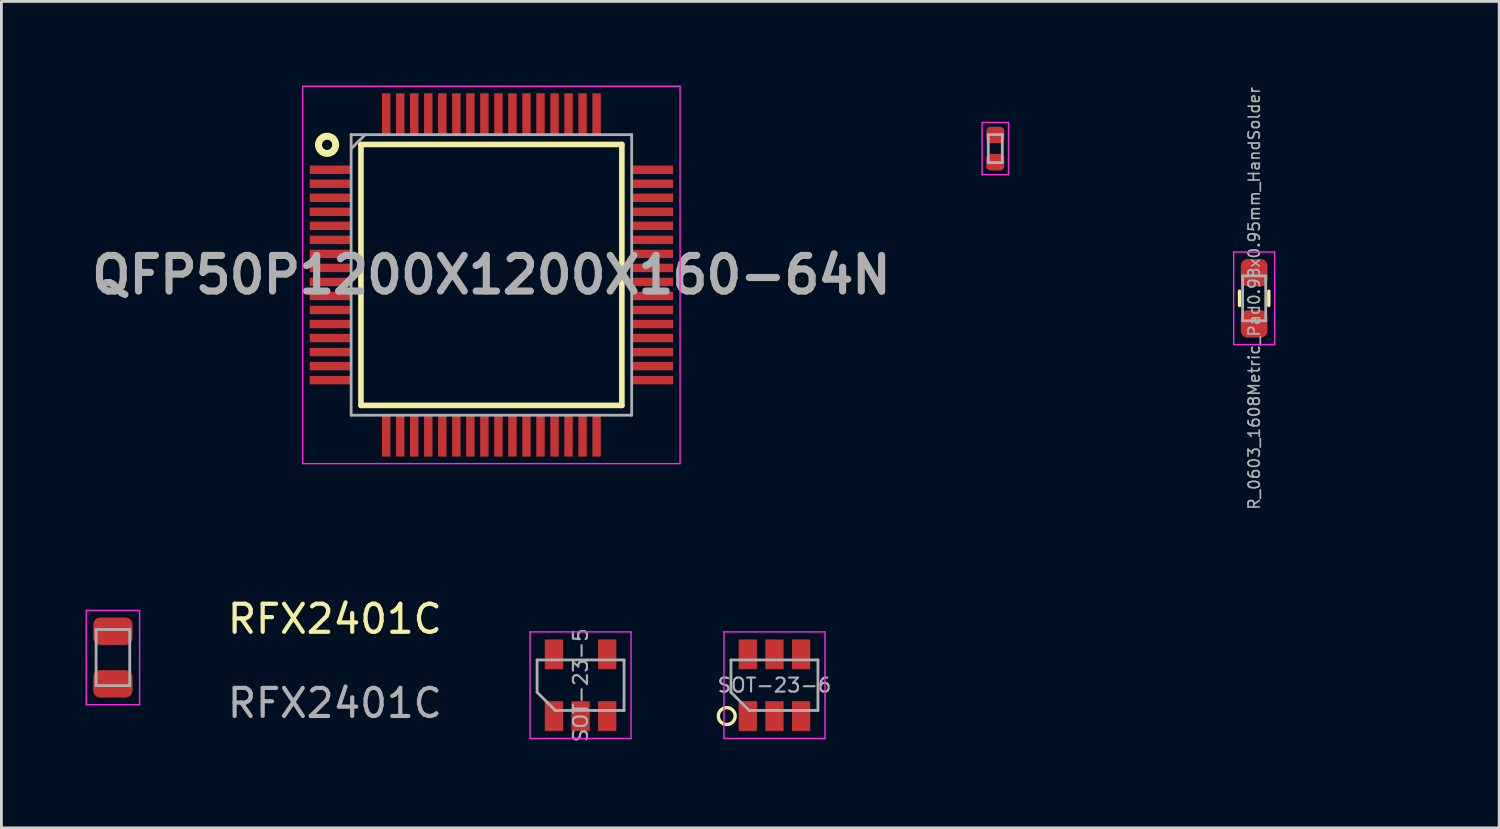
<source format=kicad_pcb>
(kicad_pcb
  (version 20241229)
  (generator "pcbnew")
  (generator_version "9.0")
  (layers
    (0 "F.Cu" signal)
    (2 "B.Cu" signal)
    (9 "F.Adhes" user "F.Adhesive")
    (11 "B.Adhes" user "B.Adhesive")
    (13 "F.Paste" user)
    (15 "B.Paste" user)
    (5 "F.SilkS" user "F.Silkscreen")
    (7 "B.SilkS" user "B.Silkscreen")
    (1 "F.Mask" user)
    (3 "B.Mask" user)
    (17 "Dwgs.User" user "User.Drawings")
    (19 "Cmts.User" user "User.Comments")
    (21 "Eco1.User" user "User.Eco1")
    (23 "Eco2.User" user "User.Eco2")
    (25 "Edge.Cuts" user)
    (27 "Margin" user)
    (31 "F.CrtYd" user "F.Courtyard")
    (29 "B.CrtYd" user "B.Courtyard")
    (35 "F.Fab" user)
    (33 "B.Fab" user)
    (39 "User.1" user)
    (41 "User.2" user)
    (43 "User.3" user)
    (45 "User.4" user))
  (footprint "SOT-23-5"
    (layer "F.Cu")
    (at 17.644 21.374)
    (property "Reference" "SOT-23-5" (at 0 -2.9 180) (layer "Eco2.User") (effects (font (size 0.3 0.3) (thickness 0.075))))
    (attr smd)
    (fp_line (start -1.8 -1.9) (end 1.8 -1.9) (stroke (width 0.05) (type solid)) (layer "F.CrtYd"))
    (fp_line (start -1.8 1.9) (end -1.8 -1.9) (stroke (width 0.05) (type solid)) (layer "F.CrtYd"))
    (fp_line (start 1.8 -1.9) (end 1.8 1.9) (stroke (width 0.05) (type solid)) (layer "F.CrtYd"))
    (fp_line (start 1.8 1.9) (end -1.8 1.9) (stroke (width 0.05) (type solid)) (layer "F.CrtYd"))
    (fp_line (start -1.55 -0.9) (end -1.55 0.25) (stroke (width 0.1) (type solid)) (layer "F.Fab"))
    (fp_line (start -1.55 -0.9) (end 1.55 -0.9) (stroke (width 0.1) (type solid)) (layer "F.Fab"))
    (fp_line (start -0.9 0.9) (end -1.55 0.25) (stroke (width 0.1) (type solid)) (layer "F.Fab"))
    (fp_line (start -0.9 0.9) (end 1.55 0.9) (stroke (width 0.1) (type solid)) (layer "F.Fab"))
    (fp_line (start 1.55 -0.9) (end 1.55 0.9) (stroke (width 0.1) (type solid)) (layer "F.Fab"))
    (fp_text user "${REFERENCE}" (at 0 0 90) (layer "F.Fab") (effects (font (size 0.5 0.5) (thickness 0.075))))
    (pad "1" smd rect (at -0.95 1.1 90) (size 1.06 0.65) (layers "F.Cu" "F.Mask" "F.Paste"))
    (pad "2" smd rect (at 0 1.1 90) (size 1.06 0.65) (layers "F.Cu" "F.Mask" "F.Paste"))
    (pad "3" smd rect (at 0.95 1.1 90) (size 1.06 0.65) (layers "F.Cu" "F.Mask" "F.Paste"))
    (pad "4" smd rect (at 0.95 -1.1 90) (size 1.06 0.65) (layers "F.Cu" "F.Mask" "F.Paste"))
    (pad "5" smd rect (at -0.95 -1.1 90) (size 1.06 0.65) (layers "F.Cu" "F.Mask" "F.Paste")))
  (footprint "R_0805_2012Metric"
    (layer "F.Cu")
    (at 0.975 20.388)
    (property "Reference" "R_0805_2012Metric" (at 0.099 0.061 90) (layer "Eco2.User") (effects (font (size 0.3 0.3) (thickness 0.075))))
    (attr smd)
    (fp_line (start -0.95 -1.68) (end 0.95 -1.68) (stroke (width 0.05) (type solid)) (layer "F.CrtYd"))
    (fp_line (start -0.95 1.68) (end -0.95 -1.68) (stroke (width 0.05) (type solid)) (layer "F.CrtYd"))
    (fp_line (start 0.95 -1.68) (end 0.95 1.68) (stroke (width 0.05) (type solid)) (layer "F.CrtYd"))
    (fp_line (start 0.95 1.68) (end -0.95 1.68) (stroke (width 0.05) (type solid)) (layer "F.CrtYd"))
    (fp_line (start -0.6 -1) (end 0.6 -1) (stroke (width 0.1) (type solid)) (layer "F.Fab"))
    (fp_line (start -0.6 1) (end -0.6 -1) (stroke (width 0.1) (type solid)) (layer "F.Fab"))
    (fp_line (start 0.6 -1) (end 0.6 1) (stroke (width 0.1) (type solid)) (layer "F.Fab"))
    (fp_line (start 0.6 1) (end -0.6 1) (stroke (width 0.1) (type solid)) (layer "F.Fab"))
    (pad "1" smd roundrect (at 0 -0.938 270) (size 0.975 1.4) (layers "F.Cu" "F.Mask" "F.Paste") (roundrect_rratio 0.25))
    (pad "2" smd roundrect (at 0 0.938 270) (size 0.975 1.4) (layers "F.Cu" "F.Mask" "F.Paste") (roundrect_rratio 0.25)))
  (footprint "RFX2401C"
    (layer "F.Cu")
    (at 8.885 19.515)
    (property "Reference" "RFX2401C" (at 0 -0.5 0) (unlocked yes) (layer "F.SilkS") (effects (font (size 1 1) (thickness 0.15))))
    (attr smd)
    (fp_text user "${REFERENCE}" (at 0 2.5 0) (unlocked yes) (layer "F.Fab") (effects (font (size 1 1) (thickness 0.15)))))
  (footprint "R_0402_1005Metric"
    (layer "F.Cu")
    (at 32.427 2.247)
    (property "Reference" "R_0402_1005Metric" (at 0.051 0.036 90) (layer "Eco2.User") (effects (font (size 0.3 0.3) (thickness 0.075))))
    (attr smd)
    (fp_line (start -0.47 -0.93) (end 0.47 -0.93) (stroke (width 0.05) (type solid)) (layer "F.CrtYd"))
    (fp_line (start -0.47 0.93) (end -0.47 -0.93) (stroke (width 0.05) (type solid)) (layer "F.CrtYd"))
    (fp_line (start 0.47 -0.93) (end 0.47 0.93) (stroke (width 0.05) (type solid)) (layer "F.CrtYd"))
    (fp_line (start 0.47 0.93) (end -0.47 0.93) (stroke (width 0.05) (type solid)) (layer "F.CrtYd"))
    (fp_line (start -0.25 -0.5) (end 0.25 -0.5) (stroke (width 0.1) (type solid)) (layer "F.Fab"))
    (fp_line (start -0.25 0.5) (end -0.25 -0.5) (stroke (width 0.1) (type solid)) (layer "F.Fab"))
    (fp_line (start 0.25 -0.5) (end 0.25 0.5) (stroke (width 0.1) (type solid)) (layer "F.Fab"))
    (fp_line (start 0.25 0.5) (end -0.25 0.5) (stroke (width 0.1) (type solid)) (layer "F.Fab"))
    (pad "1" smd roundrect (at 0 -0.485 270) (size 0.59 0.64) (layers "F.Cu" "F.Mask" "F.Paste") (roundrect_rratio 0.25))
    (pad "2" smd roundrect (at 0 0.485 270) (size 0.59 0.64) (layers "F.Cu" "F.Mask" "F.Paste") (roundrect_rratio 0.25)))
  (footprint "SOT-23-6"
    (layer "F.Cu")
    (at 24.555 21.374)
    (property "Reference" "SOT-23-6" (at 0 -2.9 0) (layer "Eco2.User") (effects (font (size 0.3 0.3) (thickness 0.075))))
    (attr smd)
    (fp_circle (center -1.7 1.1) (end -1.4 1.1) (stroke (width 0.12) (type solid)) (fill no) (layer "F.SilkS"))
    (fp_line (start -1.8 -1.9) (end -1.8 1.9) (stroke (width 0.05) (type solid)) (layer "F.CrtYd"))
    (fp_line (start -1.8 1.9) (end 1.8 1.9) (stroke (width 0.05) (type solid)) (layer "F.CrtYd"))
    (fp_line (start 1.8 -1.9) (end -1.8 -1.9) (stroke (width 0.05) (type solid)) (layer "F.CrtYd"))
    (fp_line (start 1.8 1.9) (end 1.8 -1.9) (stroke (width 0.05) (type solid)) (layer "F.CrtYd"))
    (fp_line (start -1.55 -0.9) (end -1.55 0.25) (stroke (width 0.1) (type solid)) (layer "F.Fab"))
    (fp_line (start -1.55 -0.9) (end 1.55 -0.9) (stroke (width 0.1) (type solid)) (layer "F.Fab"))
    (fp_line (start -0.9 0.9) (end -1.55 0.25) (stroke (width 0.1) (type solid)) (layer "F.Fab"))
    (fp_line (start -0.9 0.9) (end 1.55 0.9) (stroke (width 0.1) (type solid)) (layer "F.Fab"))
    (fp_line (start 1.55 -0.9) (end 1.55 0.9) (stroke (width 0.1) (type solid)) (layer "F.Fab"))
    (fp_text user "${REFERENCE}" (at 0 0 180) (layer "F.Fab") (effects (font (size 0.5 0.5) (thickness 0.075))))
    (pad "1" smd rect (at -0.95 1.1 90) (size 1.06 0.65) (layers "F.Cu" "F.Mask" "F.Paste"))
    (pad "2" smd rect (at 0 1.1 90) (size 1.06 0.65) (layers "F.Cu" "F.Mask" "F.Paste"))
    (pad "3" smd rect (at 0.95 1.1 90) (size 1.06 0.65) (layers "F.Cu" "F.Mask" "F.Paste"))
    (pad "4" smd rect (at 0.95 -1.1 90) (size 1.06 0.65) (layers "F.Cu" "F.Mask" "F.Paste"))
    (pad "5" smd rect (at 0 -1.1 90) (size 1.06 0.65) (layers "F.Cu" "F.Mask" "F.Paste"))
    (pad "6" smd rect (at -0.95 -1.1 90) (size 1.06 0.65) (layers "F.Cu" "F.Mask" "F.Paste")))
  (footprint "QFP50P1200X1200X160-64N"
    (layer "F.Cu")
    (at 14.466 6.75)
    (property "Reference" "QFP50P1200X1200X160-64N" (at 0 0 0) (layer "Eco2.User") (effects (font (size 0.3 0.3) (thickness 0.075))))
    (attr smd)
    (fp_line (start -4.65 -4.65) (end 4.65 -4.65) (stroke (width 0.2) (type solid)) (layer "F.SilkS"))
    (fp_line (start -4.65 4.65) (end -4.65 -4.65) (stroke (width 0.2) (type solid)) (layer "F.SilkS"))
    (fp_line (start 4.65 -4.65) (end 4.65 4.65) (stroke (width 0.2) (type solid)) (layer "F.SilkS"))
    (fp_line (start 4.65 4.65) (end -4.65 4.65) (stroke (width 0.2) (type solid)) (layer "F.SilkS"))
    (fp_circle (center -5.857 -4.638) (end -5.84 -4.332) (stroke (width 0.25) (type solid)) (fill no) (layer "F.SilkS"))
    (fp_line (start -6.725 -6.725) (end 6.725 -6.725) (stroke (width 0.05) (type solid)) (layer "F.CrtYd"))
    (fp_line (start -6.725 6.725) (end -6.725 -6.725) (stroke (width 0.05) (type solid)) (layer "F.CrtYd"))
    (fp_line (start 6.725 -6.725) (end 6.725 6.725) (stroke (width 0.05) (type solid)) (layer "F.CrtYd"))
    (fp_line (start 6.725 6.725) (end -6.725 6.725) (stroke (width 0.05) (type solid)) (layer "F.CrtYd"))
    (fp_line (start -5 -5) (end 5 -5) (stroke (width 0.1) (type solid)) (layer "F.Fab"))
    (fp_line (start -5 -4.5) (end -4.5 -5) (stroke (width 0.1) (type solid)) (layer "F.Fab"))
    (fp_line (start -5 5) (end -5 -5) (stroke (width 0.1) (type solid)) (layer "F.Fab"))
    (fp_line (start 5 -5) (end 5 5) (stroke (width 0.1) (type solid)) (layer "F.Fab"))
    (fp_line (start 5 5) (end -5 5) (stroke (width 0.1) (type solid)) (layer "F.Fab"))
    (fp_text user "${REFERENCE}" (at 0 0 0) (layer "F.Fab") (effects (font (size 1.27 1.27) (thickness 0.254))))
    (pad "1" smd rect (at -5.738 -3.75 90) (size 0.3 1.475) (layers "F.Cu" "F.Mask" "F.Paste"))
    (pad "2" smd rect (at -5.738 -3.25 90) (size 0.3 1.475) (layers "F.Cu" "F.Mask" "F.Paste"))
    (pad "3" smd rect (at -5.738 -2.75 90) (size 0.3 1.475) (layers "F.Cu" "F.Mask" "F.Paste"))
    (pad "4" smd rect (at -5.738 -2.25 90) (size 0.3 1.475) (layers "F.Cu" "F.Mask" "F.Paste"))
    (pad "5" smd rect (at -5.738 -1.75 90) (size 0.3 1.475) (layers "F.Cu" "F.Mask" "F.Paste"))
    (pad "6" smd rect (at -5.738 -1.25 90) (size 0.3 1.475) (layers "F.Cu" "F.Mask" "F.Paste"))
    (pad "7" smd rect (at -5.738 -0.75 90) (size 0.3 1.475) (layers "F.Cu" "F.Mask" "F.Paste"))
    (pad "8" smd rect (at -5.738 -0.25 90) (size 0.3 1.475) (layers "F.Cu" "F.Mask" "F.Paste"))
    (pad "9" smd rect (at -5.738 0.25 90) (size 0.3 1.475) (layers "F.Cu" "F.Mask" "F.Paste"))
    (pad "10" smd rect (at -5.738 0.75 90) (size 0.3 1.475) (layers "F.Cu" "F.Mask" "F.Paste"))
    (pad "11" smd rect (at -5.738 1.25 90) (size 0.3 1.475) (layers "F.Cu" "F.Mask" "F.Paste"))
    (pad "12" smd rect (at -5.738 1.75 90) (size 0.3 1.475) (layers "F.Cu" "F.Mask" "F.Paste"))
    (pad "13" smd rect (at -5.738 2.25 90) (size 0.3 1.475) (layers "F.Cu" "F.Mask" "F.Paste"))
    (pad "14" smd rect (at -5.738 2.75 90) (size 0.3 1.475) (layers "F.Cu" "F.Mask" "F.Paste"))
    (pad "15" smd rect (at -5.738 3.25 90) (size 0.3 1.475) (layers "F.Cu" "F.Mask" "F.Paste"))
    (pad "16" smd rect (at -5.738 3.75 90) (size 0.3 1.475) (layers "F.Cu" "F.Mask" "F.Paste"))
    (pad "17" smd rect (at -3.75 5.738) (size 0.3 1.475) (layers "F.Cu" "F.Mask" "F.Paste"))
    (pad "18" smd rect (at -3.25 5.738) (size 0.3 1.475) (layers "F.Cu" "F.Mask" "F.Paste"))
    (pad "19" smd rect (at -2.75 5.738) (size 0.3 1.475) (layers "F.Cu" "F.Mask" "F.Paste"))
    (pad "20" smd rect (at -2.25 5.738) (size 0.3 1.475) (layers "F.Cu" "F.Mask" "F.Paste"))
    (pad "21" smd rect (at -1.75 5.738) (size 0.3 1.475) (layers "F.Cu" "F.Mask" "F.Paste"))
    (pad "22" smd rect (at -1.25 5.738) (size 0.3 1.475) (layers "F.Cu" "F.Mask" "F.Paste"))
    (pad "23" smd rect (at -0.75 5.738) (size 0.3 1.475) (layers "F.Cu" "F.Mask" "F.Paste"))
    (pad "24" smd rect (at -0.25 5.738) (size 0.3 1.475) (layers "F.Cu" "F.Mask" "F.Paste"))
    (pad "25" smd rect (at 0.25 5.738) (size 0.3 1.475) (layers "F.Cu" "F.Mask" "F.Paste"))
    (pad "26" smd rect (at 0.75 5.738) (size 0.3 1.475) (layers "F.Cu" "F.Mask" "F.Paste"))
    (pad "27" smd rect (at 1.25 5.738) (size 0.3 1.475) (layers "F.Cu" "F.Mask" "F.Paste"))
    (pad "28" smd rect (at 1.75 5.738) (size 0.3 1.475) (layers "F.Cu" "F.Mask" "F.Paste"))
    (pad "29" smd rect (at 2.25 5.738) (size 0.3 1.475) (layers "F.Cu" "F.Mask" "F.Paste"))
    (pad "30" smd rect (at 2.75 5.738) (size 0.3 1.475) (layers "F.Cu" "F.Mask" "F.Paste"))
    (pad "31" smd rect (at 3.25 5.738) (size 0.3 1.475) (layers "F.Cu" "F.Mask" "F.Paste"))
    (pad "32" smd rect (at 3.75 5.738) (size 0.3 1.475) (layers "F.Cu" "F.Mask" "F.Paste"))
    (pad "33" smd rect (at 5.738 3.75 90) (size 0.3 1.475) (layers "F.Cu" "F.Mask" "F.Paste"))
    (pad "34" smd rect (at 5.738 3.25 90) (size 0.3 1.475) (layers "F.Cu" "F.Mask" "F.Paste"))
    (pad "35" smd rect (at 5.738 2.75 90) (size 0.3 1.475) (layers "F.Cu" "F.Mask" "F.Paste"))
    (pad "36" smd rect (at 5.738 2.25 90) (size 0.3 1.475) (layers "F.Cu" "F.Mask" "F.Paste"))
    (pad "37" smd rect (at 5.738 1.75 90) (size 0.3 1.475) (layers "F.Cu" "F.Mask" "F.Paste"))
    (pad "38" smd rect (at 5.738 1.25 90) (size 0.3 1.475) (layers "F.Cu" "F.Mask" "F.Paste"))
    (pad "39" smd rect (at 5.738 0.75 90) (size 0.3 1.475) (layers "F.Cu" "F.Mask" "F.Paste"))
    (pad "40" smd rect (at 5.738 0.25 90) (size 0.3 1.475) (layers "F.Cu" "F.Mask" "F.Paste"))
    (pad "41" smd rect (at 5.738 -0.25 90) (size 0.3 1.475) (layers "F.Cu" "F.Mask" "F.Paste"))
    (pad "42" smd rect (at 5.738 -0.75 90) (size 0.3 1.475) (layers "F.Cu" "F.Mask" "F.Paste"))
    (pad "43" smd rect (at 5.738 -1.25 90) (size 0.3 1.475) (layers "F.Cu" "F.Mask" "F.Paste"))
    (pad "44" smd rect (at 5.738 -1.75 90) (size 0.3 1.475) (layers "F.Cu" "F.Mask" "F.Paste"))
    (pad "45" smd rect (at 5.738 -2.25 90) (size 0.3 1.475) (layers "F.Cu" "F.Mask" "F.Paste"))
    (pad "46" smd rect (at 5.738 -2.75 90) (size 0.3 1.475) (layers "F.Cu" "F.Mask" "F.Paste"))
    (pad "47" smd rect (at 5.738 -3.25 90) (size 0.3 1.475) (layers "F.Cu" "F.Mask" "F.Paste"))
    (pad "48" smd rect (at 5.738 -3.75 90) (size 0.3 1.475) (layers "F.Cu" "F.Mask" "F.Paste"))
    (pad "49" smd rect (at 3.75 -5.738) (size 0.3 1.475) (layers "F.Cu" "F.Mask" "F.Paste"))
    (pad "50" smd rect (at 3.25 -5.738) (size 0.3 1.475) (layers "F.Cu" "F.Mask" "F.Paste"))
    (pad "51" smd rect (at 2.75 -5.738) (size 0.3 1.475) (layers "F.Cu" "F.Mask" "F.Paste"))
    (pad "52" smd rect (at 2.25 -5.738) (size 0.3 1.475) (layers "F.Cu" "F.Mask" "F.Paste"))
    (pad "53" smd rect (at 1.75 -5.738) (size 0.3 1.475) (layers "F.Cu" "F.Mask" "F.Paste"))
    (pad "54" smd rect (at 1.25 -5.738) (size 0.3 1.475) (layers "F.Cu" "F.Mask" "F.Paste"))
    (pad "55" smd rect (at 0.75 -5.738) (size 0.3 1.475) (layers "F.Cu" "F.Mask" "F.Paste"))
    (pad "56" smd rect (at 0.25 -5.738) (size 0.3 1.475) (layers "F.Cu" "F.Mask" "F.Paste"))
    (pad "57" smd rect (at -0.25 -5.738) (size 0.3 1.475) (layers "F.Cu" "F.Mask" "F.Paste"))
    (pad "58" smd rect (at -0.75 -5.738) (size 0.3 1.475) (layers "F.Cu" "F.Mask" "F.Paste"))
    (pad "59" smd rect (at -1.25 -5.738) (size 0.3 1.475) (layers "F.Cu" "F.Mask" "F.Paste"))
    (pad "60" smd rect (at -1.75 -5.738) (size 0.3 1.475) (layers "F.Cu" "F.Mask" "F.Paste"))
    (pad "61" smd rect (at -2.25 -5.738) (size 0.3 1.475) (layers "F.Cu" "F.Mask" "F.Paste"))
    (pad "62" smd rect (at -2.75 -5.738) (size 0.3 1.475) (layers "F.Cu" "F.Mask" "F.Paste"))
    (pad "63" smd rect (at -3.25 -5.738) (size 0.3 1.475) (layers "F.Cu" "F.Mask" "F.Paste"))
    (pad "64" smd rect (at -3.75 -5.738) (size 0.3 1.475) (layers "F.Cu" "F.Mask" "F.Paste")))
  (footprint "R_0603_1608Metric_Pad0.98x0.95mm_HandSolder"
    (layer "F.Cu")
    (at 41.654 7.583)
    (property "Reference" "R_0603_1608Metric_Pad0.98x0.95mm_HandSolder" (at 0 -2.4 0) (layer "Eco2.User") (effects (font (size 0.3 0.3) (thickness 0.075))))
    (attr smd)
    (fp_line (start -0.522 0.255) (end -0.522 -0.255) (stroke (width 0.12) (type solid)) (layer "F.SilkS"))
    (fp_line (start 0.522 0.255) (end 0.522 -0.255) (stroke (width 0.12) (type solid)) (layer "F.SilkS"))
    (fp_line (start -0.73 -1.65) (end 0.73 -1.65) (stroke (width 0.05) (type solid)) (layer "F.CrtYd"))
    (fp_line (start -0.73 1.65) (end -0.73 -1.65) (stroke (width 0.05) (type solid)) (layer "F.CrtYd"))
    (fp_line (start 0.73 -1.65) (end 0.73 1.65) (stroke (width 0.05) (type solid)) (layer "F.CrtYd"))
    (fp_line (start 0.73 1.65) (end -0.73 1.65) (stroke (width 0.05) (type solid)) (layer "F.CrtYd"))
    (fp_line (start -0.412 -0.8) (end 0.412 -0.8) (stroke (width 0.1) (type solid)) (layer "F.Fab"))
    (fp_line (start -0.412 0.8) (end -0.412 -0.8) (stroke (width 0.1) (type solid)) (layer "F.Fab"))
    (fp_line (start 0.412 -0.8) (end 0.412 0.8) (stroke (width 0.1) (type solid)) (layer "F.Fab"))
    (fp_line (start 0.412 0.8) (end -0.412 0.8) (stroke (width 0.1) (type solid)) (layer "F.Fab"))
    (fp_text user "${REFERENCE}" (at 0 0 90) (layer "F.Fab") (effects (font (size 0.4 0.4) (thickness 0.06))))
    (pad "1" smd roundrect (at 0 0.912 90) (size 0.975 0.95) (layers "F.Cu" "F.Mask" "F.Paste") (roundrect_rratio 0.25))
    (pad "2" smd roundrect (at 0 -0.912 90) (size 0.975 0.95) (layers "F.Cu" "F.Mask" "F.Paste") (roundrect_rratio 0.25)))
  (gr_rect
    (start -3 -3)
    (end 50.387 26.46)
    (stroke (width 0.1) (type default))
    (fill no)
    (layer "Edge.Cuts")))
</source>
